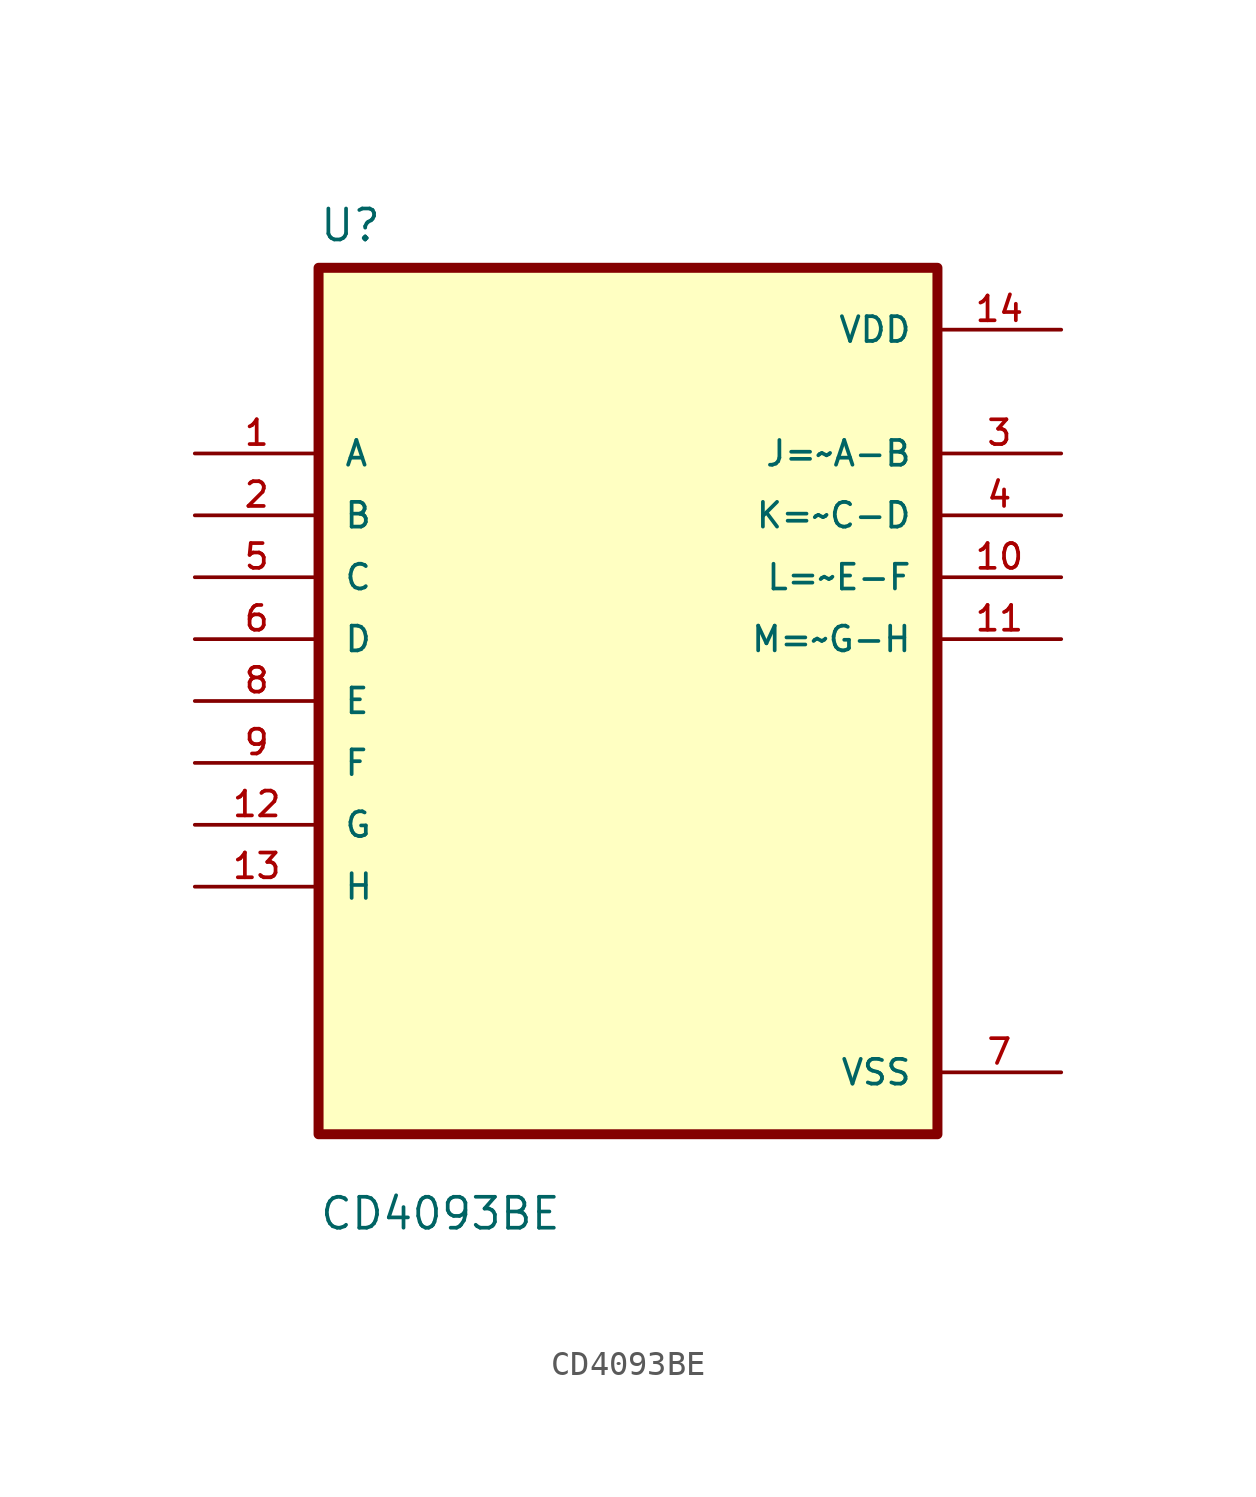
<source format=kicad_sym>
(kicad_symbol_lib
  (version 20211014)
  (generator kicad_symbol_editor)
  (symbol "CD4093BE"
    (pin_names
      (offset 1.016))
    (property "Reference" "U"
      (at -12.7 18.78 0.0)
      (effects (font (size 1.27 1.27)) (justify bottom left)))
    (property "Value" "CD4093BE"
      (at -12.7 -21.78 0.0)
      (effects (font (size 1.27 1.27)) (justify bottom left)))
    (symbol "CD4093BE_0_0"
      (rectangle (start -12.7 -17.78) (end 12.7 17.78) (stroke (width 0.41)) (fill (type background)))
      (pin input line (at -17.78 10.16 0) (length 5.08) (name "A" (effects (font (size 1.016 1.016)))) (number "1" (effects (font (size 1.016 1.016)))))
      (pin input line (at -17.78 7.62 0) (length 5.08) (name "B" (effects (font (size 1.016 1.016)))) (number "2" (effects (font (size 1.016 1.016)))))
      (pin input line (at -17.78 5.08 0) (length 5.08) (name "C" (effects (font (size 1.016 1.016)))) (number "5" (effects (font (size 1.016 1.016)))))
      (pin input line (at -17.78 2.54 0) (length 5.08) (name "D" (effects (font (size 1.016 1.016)))) (number "6" (effects (font (size 1.016 1.016)))))
      (pin input line (at -17.78 0.0 0) (length 5.08) (name "E" (effects (font (size 1.016 1.016)))) (number "8" (effects (font (size 1.016 1.016)))))
      (pin input line (at -17.78 -2.54 0) (length 5.08) (name "F" (effects (font (size 1.016 1.016)))) (number "9" (effects (font (size 1.016 1.016)))))
      (pin input line (at -17.78 -5.08 0) (length 5.08) (name "G" (effects (font (size 1.016 1.016)))) (number "12" (effects (font (size 1.016 1.016)))))
      (pin input line (at -17.78 -7.62 0) (length 5.08) (name "H" (effects (font (size 1.016 1.016)))) (number "13" (effects (font (size 1.016 1.016)))))
      (pin power_in line (at 17.78 15.24 180.0) (length 5.08) (name "VDD" (effects (font (size 1.016 1.016)))) (number "14" (effects (font (size 1.016 1.016)))))
      (pin output line (at 17.78 10.16 180.0) (length 5.08) (name "J=~A-B" (effects (font (size 1.016 1.016)))) (number "3" (effects (font (size 1.016 1.016)))))
      (pin output line (at 17.78 7.62 180.0) (length 5.08) (name "K=~C-D" (effects (font (size 1.016 1.016)))) (number "4" (effects (font (size 1.016 1.016)))))
      (pin output line (at 17.78 5.08 180.0) (length 5.08) (name "L=~E-F" (effects (font (size 1.016 1.016)))) (number "10" (effects (font (size 1.016 1.016)))))
      (pin output line (at 17.78 2.54 180.0) (length 5.08) (name "M=~G-H" (effects (font (size 1.016 1.016)))) (number "11" (effects (font (size 1.016 1.016)))))
      (pin power_in line (at 17.78 -15.24 180.0) (length 5.08) (name "VSS" (effects (font (size 1.016 1.016)))) (number "7" (effects (font (size 1.016 1.016))))))))
</source>
